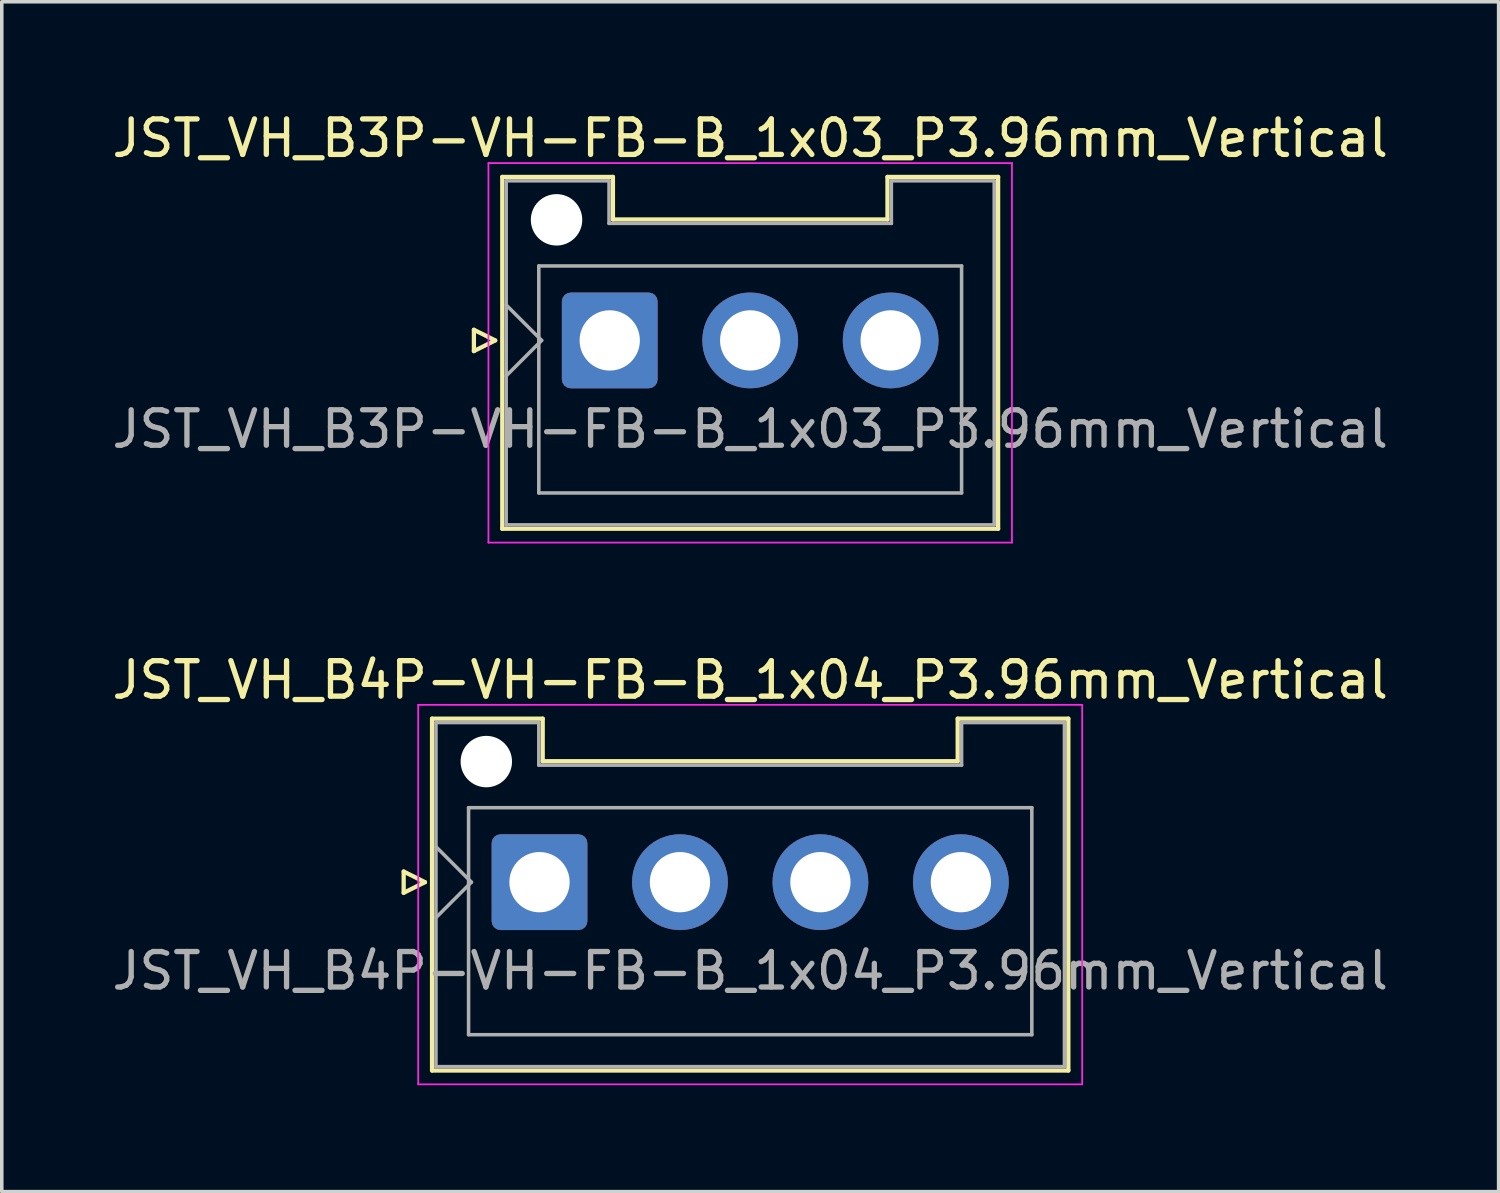
<source format=kicad_pcb>
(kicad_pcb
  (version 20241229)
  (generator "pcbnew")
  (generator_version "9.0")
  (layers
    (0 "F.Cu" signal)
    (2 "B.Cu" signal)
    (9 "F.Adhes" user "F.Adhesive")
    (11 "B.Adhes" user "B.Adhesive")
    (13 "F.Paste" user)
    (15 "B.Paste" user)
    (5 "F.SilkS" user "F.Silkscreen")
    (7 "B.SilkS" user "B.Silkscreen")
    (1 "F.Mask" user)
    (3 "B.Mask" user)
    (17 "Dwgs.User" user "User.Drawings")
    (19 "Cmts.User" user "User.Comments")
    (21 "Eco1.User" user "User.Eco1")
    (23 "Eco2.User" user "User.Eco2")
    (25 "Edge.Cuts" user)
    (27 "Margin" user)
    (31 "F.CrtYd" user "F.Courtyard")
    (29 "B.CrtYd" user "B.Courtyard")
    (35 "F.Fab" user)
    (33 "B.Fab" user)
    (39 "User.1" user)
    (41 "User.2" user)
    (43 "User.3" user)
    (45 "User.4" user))
  (footprint "JST_VH_B4P-VH-FB-B_1x04_P3.96mm_Vertical"
    (layer "F.Cu")
    (at 12.161 21.822)
    (property "Reference" "JST_VH_B4P-VH-FB-B_1x04_P3.96mm_Vertical" (at 5.94 -5.7 0) (layer "F.SilkS") (effects (font (size 1 1) (thickness 0.15))))
    (attr through_hole)
    (fp_line (start -3.83 -0.3) (end -3.23 0) (stroke (width 0.12) (type solid)) (layer "F.SilkS"))
    (fp_line (start -3.83 0.3) (end -3.83 -0.3) (stroke (width 0.12) (type solid)) (layer "F.SilkS"))
    (fp_line (start -3.23 0) (end -3.83 0.3) (stroke (width 0.12) (type solid)) (layer "F.SilkS"))
    (fp_line (start -3.03 -4.61) (end 0.09 -4.61) (stroke (width 0.12) (type solid)) (layer "F.SilkS"))
    (fp_line (start -3.03 5.31) (end -3.03 -4.61) (stroke (width 0.12) (type solid)) (layer "F.SilkS"))
    (fp_line (start 0.09 -4.61) (end 0.09 -3.41) (stroke (width 0.12) (type solid)) (layer "F.SilkS"))
    (fp_line (start 0.09 -3.41) (end 11.79 -3.41) (stroke (width 0.12) (type solid)) (layer "F.SilkS"))
    (fp_line (start 11.79 -4.61) (end 14.91 -4.61) (stroke (width 0.12) (type solid)) (layer "F.SilkS"))
    (fp_line (start 11.79 -3.41) (end 11.79 -4.61) (stroke (width 0.12) (type solid)) (layer "F.SilkS"))
    (fp_line (start 14.91 -4.61) (end 14.91 5.31) (stroke (width 0.12) (type solid)) (layer "F.SilkS"))
    (fp_line (start 14.91 5.31) (end -3.03 5.31) (stroke (width 0.12) (type solid)) (layer "F.SilkS"))
    (fp_line (start -3.42 -5) (end -3.42 5.7) (stroke (width 0.05) (type solid)) (layer "F.CrtYd"))
    (fp_line (start -3.42 5.7) (end 15.3 5.7) (stroke (width 0.05) (type solid)) (layer "F.CrtYd"))
    (fp_line (start 15.3 -5) (end -3.42 -5) (stroke (width 0.05) (type solid)) (layer "F.CrtYd"))
    (fp_line (start 15.3 5.7) (end 15.3 -5) (stroke (width 0.05) (type solid)) (layer "F.CrtYd"))
    (fp_line (start -2.92 -4.5) (end -0.02 -4.5) (stroke (width 0.1) (type solid)) (layer "F.Fab"))
    (fp_line (start -2.92 -1) (end -1.92 0) (stroke (width 0.1) (type solid)) (layer "F.Fab"))
    (fp_line (start -2.92 1) (end -1.92 0) (stroke (width 0.1) (type solid)) (layer "F.Fab"))
    (fp_line (start -2.92 5.2) (end -2.92 -4.5) (stroke (width 0.1) (type solid)) (layer "F.Fab"))
    (fp_line (start -2 -2.1) (end 13.88 -2.1) (stroke (width 0.1) (type solid)) (layer "F.Fab"))
    (fp_line (start -2 4.3) (end -2 -2.1) (stroke (width 0.1) (type solid)) (layer "F.Fab"))
    (fp_line (start -0.02 -4.5) (end -0.02 -3.3) (stroke (width 0.1) (type solid)) (layer "F.Fab"))
    (fp_line (start -0.02 -3.3) (end 11.9 -3.3) (stroke (width 0.1) (type solid)) (layer "F.Fab"))
    (fp_line (start 11.9 -4.5) (end 14.8 -4.5) (stroke (width 0.1) (type solid)) (layer "F.Fab"))
    (fp_line (start 11.9 -3.3) (end 11.9 -4.5) (stroke (width 0.1) (type solid)) (layer "F.Fab"))
    (fp_line (start 13.88 -2.1) (end 13.88 4.3) (stroke (width 0.1) (type solid)) (layer "F.Fab"))
    (fp_line (start 13.88 4.3) (end -2 4.3) (stroke (width 0.1) (type solid)) (layer "F.Fab"))
    (fp_line (start 14.8 -4.5) (end 14.8 5.2) (stroke (width 0.1) (type solid)) (layer "F.Fab"))
    (fp_line (start 14.8 5.2) (end -2.92 5.2) (stroke (width 0.1) (type solid)) (layer "F.Fab"))
    (fp_text user "${REFERENCE}" (at 5.94 2.5 0) (layer "F.Fab") (effects (font (size 1 1) (thickness 0.15))))
    (pad "" np_thru_hole circle (at -1.5 -3.4) (size 1.45 1.45) (drill 1.45) (layers "*.Cu" "*.Mask"))
    (pad "1" thru_hole roundrect (at 0 0) (size 2.7 2.7) (drill 1.7) (layers "*.Cu" "*.Mask") (roundrect_rratio 0.093))
    (pad "2" thru_hole circle (at 3.96 0) (size 2.7 2.7) (drill 1.7) (layers "*.Cu" "*.Mask"))
    (pad "3" thru_hole circle (at 7.92 0) (size 2.7 2.7) (drill 1.7) (layers "*.Cu" "*.Mask"))
    (pad "4" thru_hole circle (at 11.88 0) (size 2.7 2.7) (drill 1.7) (layers "*.Cu" "*.Mask")))
  (footprint "JST_VH_B3P-VH-FB-B_1x03_P3.96mm_Vertical"
    (layer "F.Cu")
    (at 14.141 6.548)
    (property "Reference" "JST_VH_B3P-VH-FB-B_1x03_P3.96mm_Vertical" (at 3.96 -5.7 0) (layer "F.SilkS") (effects (font (size 1 1) (thickness 0.15))))
    (attr through_hole)
    (fp_line (start -3.83 -0.3) (end -3.23 0) (stroke (width 0.12) (type solid)) (layer "F.SilkS"))
    (fp_line (start -3.83 0.3) (end -3.83 -0.3) (stroke (width 0.12) (type solid)) (layer "F.SilkS"))
    (fp_line (start -3.23 0) (end -3.83 0.3) (stroke (width 0.12) (type solid)) (layer "F.SilkS"))
    (fp_line (start -3.03 -4.61) (end 0.09 -4.61) (stroke (width 0.12) (type solid)) (layer "F.SilkS"))
    (fp_line (start -3.03 5.31) (end -3.03 -4.61) (stroke (width 0.12) (type solid)) (layer "F.SilkS"))
    (fp_line (start 0.09 -4.61) (end 0.09 -3.41) (stroke (width 0.12) (type solid)) (layer "F.SilkS"))
    (fp_line (start 0.09 -3.41) (end 7.83 -3.41) (stroke (width 0.12) (type solid)) (layer "F.SilkS"))
    (fp_line (start 7.83 -4.61) (end 10.95 -4.61) (stroke (width 0.12) (type solid)) (layer "F.SilkS"))
    (fp_line (start 7.83 -3.41) (end 7.83 -4.61) (stroke (width 0.12) (type solid)) (layer "F.SilkS"))
    (fp_line (start 10.95 -4.61) (end 10.95 5.31) (stroke (width 0.12) (type solid)) (layer "F.SilkS"))
    (fp_line (start 10.95 5.31) (end -3.03 5.31) (stroke (width 0.12) (type solid)) (layer "F.SilkS"))
    (fp_line (start -3.42 -5) (end -3.42 5.7) (stroke (width 0.05) (type solid)) (layer "F.CrtYd"))
    (fp_line (start -3.42 5.7) (end 11.34 5.7) (stroke (width 0.05) (type solid)) (layer "F.CrtYd"))
    (fp_line (start 11.34 -5) (end -3.42 -5) (stroke (width 0.05) (type solid)) (layer "F.CrtYd"))
    (fp_line (start 11.34 5.7) (end 11.34 -5) (stroke (width 0.05) (type solid)) (layer "F.CrtYd"))
    (fp_line (start -2.92 -4.5) (end -0.02 -4.5) (stroke (width 0.1) (type solid)) (layer "F.Fab"))
    (fp_line (start -2.92 -1) (end -1.92 0) (stroke (width 0.1) (type solid)) (layer "F.Fab"))
    (fp_line (start -2.92 1) (end -1.92 0) (stroke (width 0.1) (type solid)) (layer "F.Fab"))
    (fp_line (start -2.92 5.2) (end -2.92 -4.5) (stroke (width 0.1) (type solid)) (layer "F.Fab"))
    (fp_line (start -2 -2.1) (end 9.92 -2.1) (stroke (width 0.1) (type solid)) (layer "F.Fab"))
    (fp_line (start -2 4.3) (end -2 -2.1) (stroke (width 0.1) (type solid)) (layer "F.Fab"))
    (fp_line (start -0.02 -4.5) (end -0.02 -3.3) (stroke (width 0.1) (type solid)) (layer "F.Fab"))
    (fp_line (start -0.02 -3.3) (end 7.94 -3.3) (stroke (width 0.1) (type solid)) (layer "F.Fab"))
    (fp_line (start 7.94 -4.5) (end 10.84 -4.5) (stroke (width 0.1) (type solid)) (layer "F.Fab"))
    (fp_line (start 7.94 -3.3) (end 7.94 -4.5) (stroke (width 0.1) (type solid)) (layer "F.Fab"))
    (fp_line (start 9.92 -2.1) (end 9.92 4.3) (stroke (width 0.1) (type solid)) (layer "F.Fab"))
    (fp_line (start 9.92 4.3) (end -2 4.3) (stroke (width 0.1) (type solid)) (layer "F.Fab"))
    (fp_line (start 10.84 -4.5) (end 10.84 5.2) (stroke (width 0.1) (type solid)) (layer "F.Fab"))
    (fp_line (start 10.84 5.2) (end -2.92 5.2) (stroke (width 0.1) (type solid)) (layer "F.Fab"))
    (fp_text user "${REFERENCE}" (at 3.96 2.5 0) (layer "F.Fab") (effects (font (size 1 1) (thickness 0.15))))
    (pad "" np_thru_hole circle (at -1.5 -3.4) (size 1.45 1.45) (drill 1.45) (layers "*.Cu" "*.Mask"))
    (pad "1" thru_hole roundrect (at 0 0) (size 2.7 2.7) (drill 1.7) (layers "*.Cu" "*.Mask") (roundrect_rratio 0.093))
    (pad "2" thru_hole circle (at 3.96 0) (size 2.7 2.7) (drill 1.7) (layers "*.Cu" "*.Mask"))
    (pad "3" thru_hole circle (at 7.92 0) (size 2.7 2.7) (drill 1.7) (layers "*.Cu" "*.Mask")))
  (gr_rect
    (start -3 -3)
    (end 39.202 30.547)
    (stroke (width 0.1) (type default))
    (fill no)
    (layer "Edge.Cuts")))
</source>
